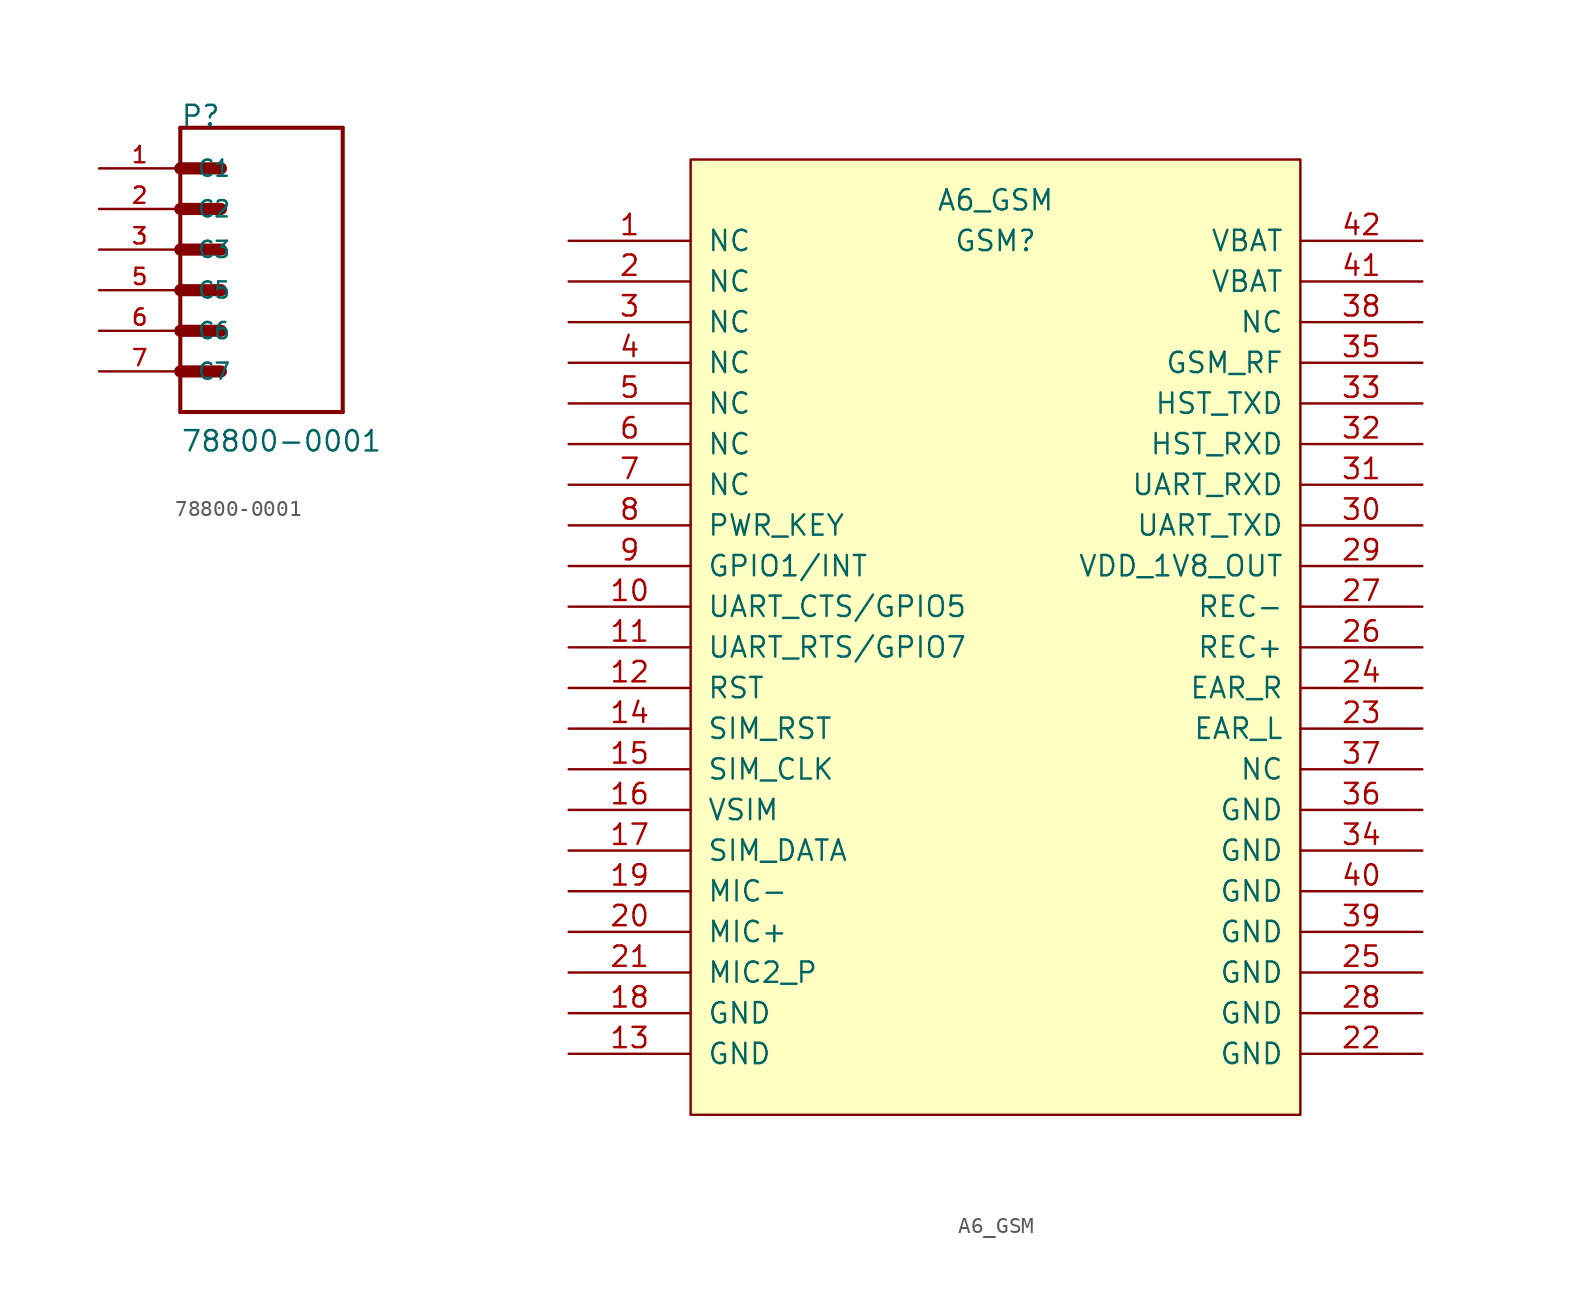
<source format=kicad_sym>
(kicad_symbol_lib
  (version 20211014)
  (generator kicad_symbol_editor)
  (symbol "78800-0001"
    (pin_names
      (offset 1.016))
    (property "Reference" "P"
      (at 0 7.62 0)
      (effects (font (size 1.27 1.27)) (justify left bottom)))
    (property "Value" "78800-0001"
      (at 0 -12.725 0)
      (effects (font (size 1.27 1.27)) (justify left bottom)))
    (property "ki_locked" ""
      (at 0 0 0)
      (effects (font (size 1.27 1.27))))
    (symbol "78800-0001_0_0"
      (polyline (pts (xy 0 -10.16) (xy 10.16 -10.16)) (stroke (width 0.254) (type default) (color 0 0 0 0)) (fill (type none)))
      (polyline (pts (xy 0 -7.62) (xy 0 -10.16)) (stroke (width 0.254) (type default) (color 0 0 0 0)) (fill (type none)))
      (polyline (pts (xy 0 -7.62) (xy 2.54 -7.62)) (stroke (width 0.762) (type default) (color 0 0 0 0)) (fill (type none)))
      (polyline (pts (xy 0 -5.08) (xy 0 -7.62)) (stroke (width 0.254) (type default) (color 0 0 0 0)) (fill (type none)))
      (polyline (pts (xy 0 -5.08) (xy 2.54 -5.08)) (stroke (width 0.762) (type default) (color 0 0 0 0)) (fill (type none)))
      (polyline (pts (xy 0 -2.54) (xy 0 -5.08)) (stroke (width 0.254) (type default) (color 0 0 0 0)) (fill (type none)))
      (polyline (pts (xy 0 -2.54) (xy 2.54 -2.54)) (stroke (width 0.762) (type default) (color 0 0 0 0)) (fill (type none)))
      (polyline (pts (xy 0 0) (xy 0 -2.54)) (stroke (width 0.254) (type default) (color 0 0 0 0)) (fill (type none)))
      (polyline (pts (xy 0 0) (xy 2.54 0)) (stroke (width 0.762) (type default) (color 0 0 0 0)) (fill (type none)))
      (polyline (pts (xy 0 2.54) (xy 0 0)) (stroke (width 0.254) (type default) (color 0 0 0 0)) (fill (type none)))
      (polyline (pts (xy 0 2.54) (xy 2.54 2.54)) (stroke (width 0.762) (type default) (color 0 0 0 0)) (fill (type none)))
      (polyline (pts (xy 0 5.08) (xy 0 2.54)) (stroke (width 0.254) (type default) (color 0 0 0 0)) (fill (type none)))
      (polyline (pts (xy 0 5.08) (xy 2.54 5.08)) (stroke (width 0.762) (type default) (color 0 0 0 0)) (fill (type none)))
      (polyline (pts (xy 0 7.62) (xy 0 5.08)) (stroke (width 0.254) (type default) (color 0 0 0 0)) (fill (type none)))
      (polyline (pts (xy 10.16 -10.16) (xy 10.16 7.62)) (stroke (width 0.254) (type default) (color 0 0 0 0)) (fill (type none)))
      (polyline (pts (xy 10.16 7.62) (xy 0 7.62)) (stroke (width 0.254) (type default) (color 0 0 0 0)) (fill (type none)))
      (pin passive line (at -5.08 5.08 0) (length 5.08) (name "C1" (effects (font (size 1.016 1.016)))) (number "1" (effects (font (size 1.016 1.016)))))
      (pin passive line (at -5.08 2.54 0) (length 5.08) (name "C2" (effects (font (size 1.016 1.016)))) (number "2" (effects (font (size 1.016 1.016)))))
      (pin passive line (at -5.08 0 0) (length 5.08) (name "C3" (effects (font (size 1.016 1.016)))) (number "3" (effects (font (size 1.016 1.016)))))
      (pin passive line (at -5.08 -2.54 0) (length 5.08) (name "C5" (effects (font (size 1.016 1.016)))) (number "5" (effects (font (size 1.016 1.016)))))
      (pin passive line (at -5.08 -5.08 0) (length 5.08) (name "C6" (effects (font (size 1.016 1.016)))) (number "6" (effects (font (size 1.016 1.016)))))
      (pin passive line (at -5.08 -7.62 0) (length 5.08) (name "C7" (effects (font (size 1.016 1.016)))) (number "7" (effects (font (size 1.016 1.016)))))))
  (symbol "A6_GSM"
    (pin_names
      (offset 1.016))
    (property "Reference" "GSM"
      (at 0 25.4 0)
      (effects (font (size 1.27 1.27))))
    (property "Value" "A6_GSM"
      (at 0 27.94 0)
      (effects (font (size 1.27 1.27))))
    (symbol "A6_GSM_1_0"
      (rectangle (start -19.05 -29.21) (end 19.05 30.48) (stroke (width 0) (type default) (color 0 0 0 0)) (fill (type background))))
    (symbol "A6_GSM_1_1"
      (pin unspecified line (at -26.67 25.4 0) (length 7.62) (name "NC" (effects (font (size 1.27 1.27)))) (number "1" (effects (font (size 1.27 1.27)))))
      (pin input line (at -26.67 2.54 0) (length 7.62) (name "UART_CTS/GPIO5" (effects (font (size 1.27 1.27)))) (number "10" (effects (font (size 1.27 1.27)))))
      (pin input line (at -26.67 0 0) (length 7.62) (name "UART_RTS/GPIO7" (effects (font (size 1.27 1.27)))) (number "11" (effects (font (size 1.27 1.27)))))
      (pin input line (at -26.67 -2.54 0) (length 7.62) (name "RST" (effects (font (size 1.27 1.27)))) (number "12" (effects (font (size 1.27 1.27)))))
      (pin input line (at -26.67 -25.4 0) (length 7.62) (name "GND" (effects (font (size 1.27 1.27)))) (number "13" (effects (font (size 1.27 1.27)))))
      (pin output line (at -26.67 -5.08 0) (length 7.62) (name "SIM_RST" (effects (font (size 1.27 1.27)))) (number "14" (effects (font (size 1.27 1.27)))))
      (pin output line (at -26.67 -7.62 0) (length 7.62) (name "SIM_CLK" (effects (font (size 1.27 1.27)))) (number "15" (effects (font (size 1.27 1.27)))))
      (pin power_out line (at -26.67 -10.16 0) (length 7.62) (name "VSIM" (effects (font (size 1.27 1.27)))) (number "16" (effects (font (size 1.27 1.27)))))
      (pin input line (at -26.67 -12.7 0) (length 7.62) (name "SIM_DATA" (effects (font (size 1.27 1.27)))) (number "17" (effects (font (size 1.27 1.27)))))
      (pin input line (at -26.67 -22.86 0) (length 7.62) (name "GND" (effects (font (size 1.27 1.27)))) (number "18" (effects (font (size 1.27 1.27)))))
      (pin input line (at -26.67 -15.24 0) (length 7.62) (name "MIC-" (effects (font (size 1.27 1.27)))) (number "19" (effects (font (size 1.27 1.27)))))
      (pin unspecified line (at -26.67 22.86 0) (length 7.62) (name "NC" (effects (font (size 1.27 1.27)))) (number "2" (effects (font (size 1.27 1.27)))))
      (pin input line (at -26.67 -17.78 0) (length 7.62) (name "MIC+" (effects (font (size 1.27 1.27)))) (number "20" (effects (font (size 1.27 1.27)))))
      (pin input line (at -26.67 -20.32 0) (length 7.62) (name "MIC2_P" (effects (font (size 1.27 1.27)))) (number "21" (effects (font (size 1.27 1.27)))))
      (pin input line (at 26.67 -25.4 180) (length 7.62) (name "GND" (effects (font (size 1.27 1.27)))) (number "22" (effects (font (size 1.27 1.27)))))
      (pin input line (at 26.67 -5.08 180) (length 7.62) (name "EAR_L" (effects (font (size 1.27 1.27)))) (number "23" (effects (font (size 1.27 1.27)))))
      (pin input line (at 26.67 -2.54 180) (length 7.62) (name "EAR_R" (effects (font (size 1.27 1.27)))) (number "24" (effects (font (size 1.27 1.27)))))
      (pin input line (at 26.67 -20.32 180) (length 7.62) (name "GND" (effects (font (size 1.27 1.27)))) (number "25" (effects (font (size 1.27 1.27)))))
      (pin input line (at 26.67 0 180) (length 7.62) (name "REC+" (effects (font (size 1.27 1.27)))) (number "26" (effects (font (size 1.27 1.27)))))
      (pin input line (at 26.67 2.54 180) (length 7.62) (name "REC-" (effects (font (size 1.27 1.27)))) (number "27" (effects (font (size 1.27 1.27)))))
      (pin input line (at 26.67 -22.86 180) (length 7.62) (name "GND" (effects (font (size 1.27 1.27)))) (number "28" (effects (font (size 1.27 1.27)))))
      (pin input line (at 26.67 5.08 180) (length 7.62) (name "VDD_1V8_OUT" (effects (font (size 1.27 1.27)))) (number "29" (effects (font (size 1.27 1.27)))))
      (pin unspecified line (at -26.67 20.32 0) (length 7.62) (name "NC" (effects (font (size 1.27 1.27)))) (number "3" (effects (font (size 1.27 1.27)))))
      (pin input line (at 26.67 7.62 180) (length 7.62) (name "UART_TXD" (effects (font (size 1.27 1.27)))) (number "30" (effects (font (size 1.27 1.27)))))
      (pin input line (at 26.67 10.16 180) (length 7.62) (name "UART_RXD" (effects (font (size 1.27 1.27)))) (number "31" (effects (font (size 1.27 1.27)))))
      (pin input line (at 26.67 12.7 180) (length 7.62) (name "HST_RXD" (effects (font (size 1.27 1.27)))) (number "32" (effects (font (size 1.27 1.27)))))
      (pin input line (at 26.67 15.24 180) (length 7.62) (name "HST_TXD" (effects (font (size 1.27 1.27)))) (number "33" (effects (font (size 1.27 1.27)))))
      (pin input line (at 26.67 -12.7 180) (length 7.62) (name "GND" (effects (font (size 1.27 1.27)))) (number "34" (effects (font (size 1.27 1.27)))))
      (pin input line (at 26.67 17.78 180) (length 7.62) (name "GSM_RF" (effects (font (size 1.27 1.27)))) (number "35" (effects (font (size 1.27 1.27)))))
      (pin input line (at 26.67 -10.16 180) (length 7.62) (name "GND" (effects (font (size 1.27 1.27)))) (number "36" (effects (font (size 1.27 1.27)))))
      (pin input line (at 26.67 -7.62 180) (length 7.62) (name "NC" (effects (font (size 1.27 1.27)))) (number "37" (effects (font (size 1.27 1.27)))))
      (pin input line (at 26.67 20.32 180) (length 7.62) (name "NC" (effects (font (size 1.27 1.27)))) (number "38" (effects (font (size 1.27 1.27)))))
      (pin input line (at 26.67 -17.78 180) (length 7.62) (name "GND" (effects (font (size 1.27 1.27)))) (number "39" (effects (font (size 1.27 1.27)))))
      (pin unspecified line (at -26.67 17.78 0) (length 7.62) (name "NC" (effects (font (size 1.27 1.27)))) (number "4" (effects (font (size 1.27 1.27)))))
      (pin input line (at 26.67 -15.24 180) (length 7.62) (name "GND" (effects (font (size 1.27 1.27)))) (number "40" (effects (font (size 1.27 1.27)))))
      (pin input line (at 26.67 22.86 180) (length 7.62) (name "VBAT" (effects (font (size 1.27 1.27)))) (number "41" (effects (font (size 1.27 1.27)))))
      (pin input line (at 26.67 25.4 180) (length 7.62) (name "VBAT" (effects (font (size 1.27 1.27)))) (number "42" (effects (font (size 1.27 1.27)))))
      (pin unspecified line (at -26.67 15.24 0) (length 7.62) (name "NC" (effects (font (size 1.27 1.27)))) (number "5" (effects (font (size 1.27 1.27)))))
      (pin unspecified line (at -26.67 12.7 0) (length 7.62) (name "NC" (effects (font (size 1.27 1.27)))) (number "6" (effects (font (size 1.27 1.27)))))
      (pin unspecified line (at -26.67 10.16 0) (length 7.62) (name "NC" (effects (font (size 1.27 1.27)))) (number "7" (effects (font (size 1.27 1.27)))))
      (pin input line (at -26.67 7.62 0) (length 7.62) (name "PWR_KEY" (effects (font (size 1.27 1.27)))) (number "8" (effects (font (size 1.27 1.27)))))
      (pin input line (at -26.67 5.08 0) (length 7.62) (name "GPIO1/INT" (effects (font (size 1.27 1.27)))) (number "9" (effects (font (size 1.27 1.27))))))))
</source>
